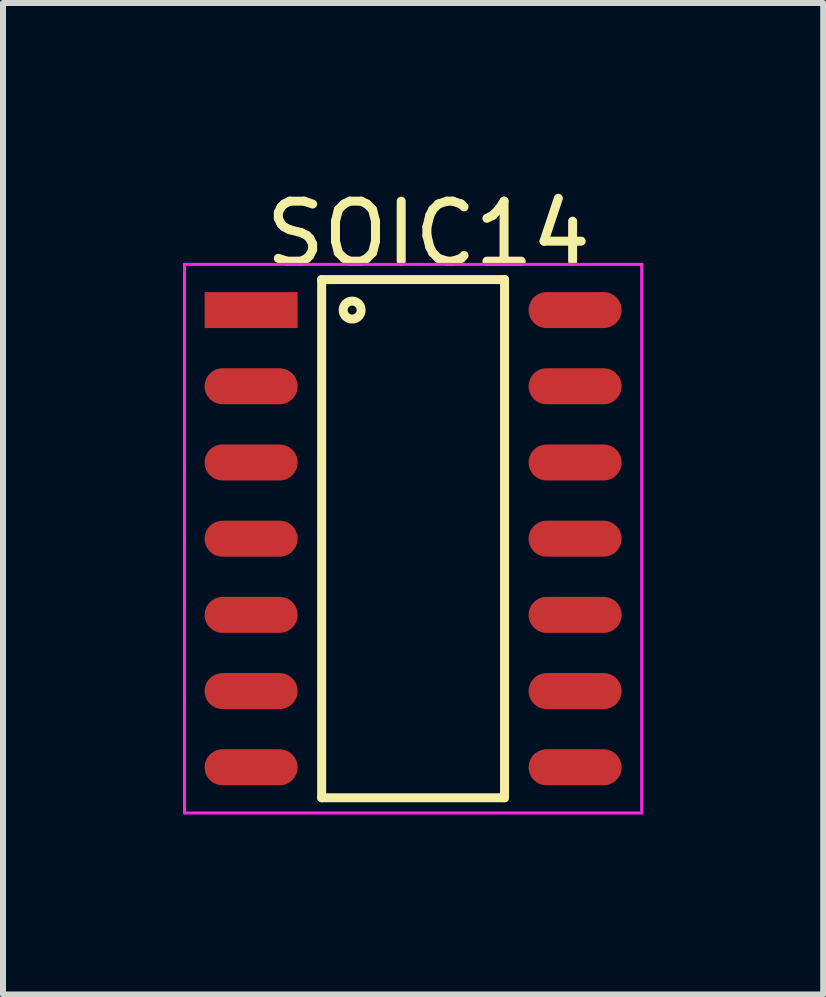
<source format=kicad_pcb>
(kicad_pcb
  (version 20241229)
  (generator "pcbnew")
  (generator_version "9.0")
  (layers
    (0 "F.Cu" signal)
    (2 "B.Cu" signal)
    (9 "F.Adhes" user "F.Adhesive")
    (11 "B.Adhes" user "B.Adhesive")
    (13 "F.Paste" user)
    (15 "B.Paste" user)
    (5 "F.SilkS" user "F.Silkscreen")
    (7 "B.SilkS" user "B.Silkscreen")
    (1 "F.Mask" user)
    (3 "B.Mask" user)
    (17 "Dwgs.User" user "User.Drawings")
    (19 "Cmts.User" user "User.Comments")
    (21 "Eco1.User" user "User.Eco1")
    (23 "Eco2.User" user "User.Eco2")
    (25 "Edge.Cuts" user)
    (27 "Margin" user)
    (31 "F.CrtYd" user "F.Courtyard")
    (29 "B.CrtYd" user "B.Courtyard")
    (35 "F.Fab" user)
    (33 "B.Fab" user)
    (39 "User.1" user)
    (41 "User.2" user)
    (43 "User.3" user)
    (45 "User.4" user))
  (footprint "SOIC14"
    (layer "F.Cu")
    (at 3.835 5.928)
    (property "Reference" "SOIC14" (at 0.254 -5.08 0) (layer "F.SilkS") (effects (font (size 1 1) (thickness 0.15))))
    (attr smd)
    (fp_line (start -1.524 -4.318) (end -1.524 4.318) (stroke (width 0.15) (type solid)) (layer "F.SilkS"))
    (fp_line (start -1.524 -4.318) (end 1.524 -4.318) (stroke (width 0.15) (type solid)) (layer "F.SilkS"))
    (fp_line (start -1.524 4.318) (end 1.524 4.318) (stroke (width 0.15) (type solid)) (layer "F.SilkS"))
    (fp_line (start 1.524 -4.318) (end 1.524 4.318) (stroke (width 0.15) (type solid)) (layer "F.SilkS"))
    (fp_circle (center -1.016 -3.81) (end -0.866 -3.81) (stroke (width 0.15) (type solid)) (fill no) (layer "F.SilkS"))
    (fp_line (start -3.81 -4.572) (end -3.81 4.572) (stroke (width 0.05) (type solid)) (layer "F.CrtYd"))
    (fp_line (start -3.81 4.572) (end 3.81 4.572) (stroke (width 0.05) (type solid)) (layer "F.CrtYd"))
    (fp_line (start 3.81 -4.572) (end -3.81 -4.572) (stroke (width 0.05) (type solid)) (layer "F.CrtYd"))
    (fp_line (start 3.81 4.572) (end 3.81 -4.572) (stroke (width 0.05) (type solid)) (layer "F.CrtYd"))
    (pad "1" smd rect (at -2.7 -3.81) (size 1.55 0.6) (layers "F.Cu" "F.Mask" "F.Paste"))
    (pad "2" smd oval (at -2.7 -2.54) (size 1.55 0.6) (layers "F.Cu" "F.Mask" "F.Paste"))
    (pad "3" smd oval (at -2.7 -1.27) (size 1.55 0.6) (layers "F.Cu" "F.Mask" "F.Paste"))
    (pad "4" smd oval (at -2.7 0) (size 1.55 0.6) (layers "F.Cu" "F.Mask" "F.Paste"))
    (pad "5" smd oval (at -2.7 1.27) (size 1.55 0.6) (layers "F.Cu" "F.Mask" "F.Paste"))
    (pad "6" smd oval (at -2.7 2.54) (size 1.55 0.6) (layers "F.Cu" "F.Mask" "F.Paste"))
    (pad "7" smd oval (at -2.7 3.81) (size 1.55 0.6) (layers "F.Cu" "F.Mask" "F.Paste"))
    (pad "8" smd oval (at 2.7 3.81) (size 1.55 0.6) (layers "F.Cu" "F.Mask" "F.Paste"))
    (pad "9" smd oval (at 2.7 2.54) (size 1.55 0.6) (layers "F.Cu" "F.Mask" "F.Paste"))
    (pad "10" smd oval (at 2.7 1.27) (size 1.55 0.6) (layers "F.Cu" "F.Mask" "F.Paste"))
    (pad "11" smd oval (at 2.7 0) (size 1.55 0.6) (layers "F.Cu" "F.Mask" "F.Paste"))
    (pad "12" smd oval (at 2.7 -1.27) (size 1.55 0.6) (layers "F.Cu" "F.Mask" "F.Paste"))
    (pad "13" smd oval (at 2.7 -2.54) (size 1.55 0.6) (layers "F.Cu" "F.Mask" "F.Paste"))
    (pad "14" smd oval (at 2.7 -3.81) (size 1.55 0.6) (layers "F.Cu" "F.Mask" "F.Paste")))
  (gr_rect
    (start -3 -3)
    (end 10.67 13.525)
    (stroke (width 0.1) (type default))
    (fill no)
    (layer "Edge.Cuts")))
</source>
